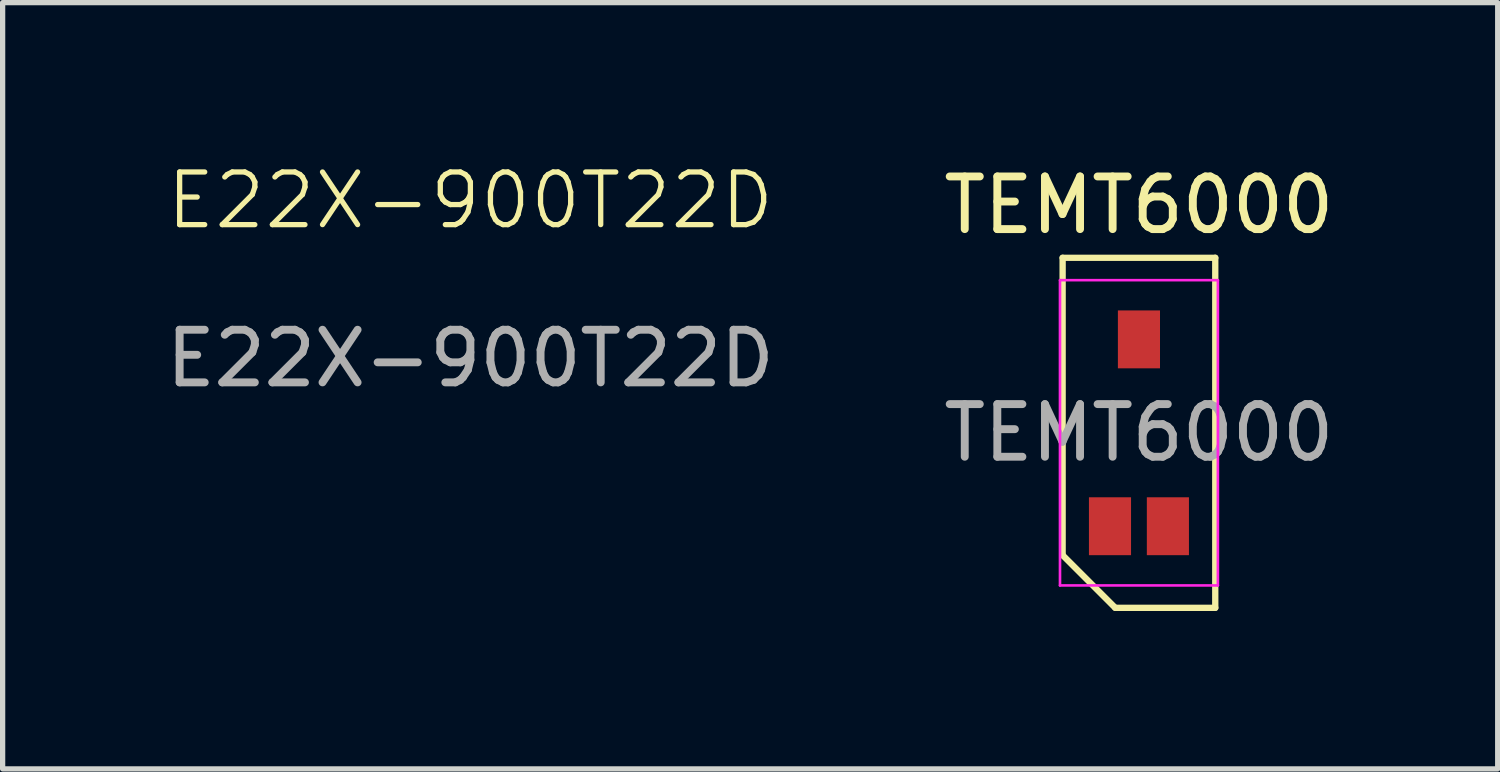
<source format=kicad_pcb>
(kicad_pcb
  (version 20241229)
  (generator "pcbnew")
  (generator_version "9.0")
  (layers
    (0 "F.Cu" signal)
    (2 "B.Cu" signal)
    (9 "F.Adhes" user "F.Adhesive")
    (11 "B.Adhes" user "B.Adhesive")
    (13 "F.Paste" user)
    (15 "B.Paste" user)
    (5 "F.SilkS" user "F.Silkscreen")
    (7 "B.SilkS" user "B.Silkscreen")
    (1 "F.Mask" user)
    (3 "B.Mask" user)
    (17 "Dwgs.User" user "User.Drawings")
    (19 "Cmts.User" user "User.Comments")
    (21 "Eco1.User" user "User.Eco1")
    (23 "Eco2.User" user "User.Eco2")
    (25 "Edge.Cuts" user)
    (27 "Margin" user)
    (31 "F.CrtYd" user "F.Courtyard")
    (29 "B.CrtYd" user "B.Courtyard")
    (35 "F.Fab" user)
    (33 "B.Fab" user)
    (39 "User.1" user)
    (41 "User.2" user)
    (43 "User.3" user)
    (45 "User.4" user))
  (footprint "E22X-900T22D"
    (layer "F.Cu")
    (at 5.887 1.26)
    (property "Reference" "E22X-900T22D" (at 0 -0.5 0) (unlocked yes) (layer "F.SilkS") (effects (font (size 1 1) (thickness 0.1))))
    (attr smd)
    (fp_text user "${REFERENCE}" (at 0 2.5 0) (unlocked yes) (layer "F.Fab") (effects (font (size 1 1) (thickness 0.15)))))
  (footprint "TEMT6000"
    (layer "F.Cu")
    (at 18.589 5.173)
    (property "Reference" "TEMT6000" (at 0 -4.325 0) (layer "F.SilkS") (effects (font (size 1 1) (thickness 0.15))))
    (attr smd)
    (fp_line (start -1.45 -3.325) (end 1.45 -3.325) (stroke (width 0.12) (type default)) (layer "F.SilkS"))
    (fp_line (start -1.45 2.325) (end -1.45 -3.325) (stroke (width 0.12) (type default)) (layer "F.SilkS"))
    (fp_line (start -0.45 3.325) (end -1.45 2.325) (stroke (width 0.12) (type default)) (layer "F.SilkS"))
    (fp_line (start 1.45 -3.325) (end 1.45 3.325) (stroke (width 0.12) (type default)) (layer "F.SilkS"))
    (fp_line (start 1.45 3.325) (end -0.45 3.325) (stroke (width 0.12) (type default)) (layer "F.SilkS"))
    (fp_line (start -1.5 -2.9) (end 1.5 -2.9) (stroke (width 0.05) (type default)) (layer "F.CrtYd"))
    (fp_line (start -1.5 2.9) (end -1.5 -2.9) (stroke (width 0.05) (type default)) (layer "F.CrtYd"))
    (fp_line (start 1.5 -2.9) (end 1.5 2.9) (stroke (width 0.05) (type default)) (layer "F.CrtYd"))
    (fp_line (start 1.5 2.9) (end -1.5 2.9) (stroke (width 0.05) (type default)) (layer "F.CrtYd"))
    (fp_text user "${REFERENCE}" (at 0 0 0) (layer "F.Fab") (effects (font (size 1 1) (thickness 0.15))))
    (pad "1" smd rect (at -0.55 1.775) (size 0.8 1.1) (layers "F.Cu" "F.Mask" "F.Paste"))
    (pad "2" smd rect (at 0.55 1.775) (size 0.8 1.1) (layers "F.Cu" "F.Mask" "F.Paste"))
    (pad "3" smd rect (at 0 -1.775) (size 0.8 1.1) (layers "F.Cu" "F.Mask" "F.Paste")))
  (gr_rect
    (start -3 -3)
    (end 25.405 11.558)
    (stroke (width 0.1) (type default))
    (fill no)
    (layer "Edge.Cuts")))
</source>
